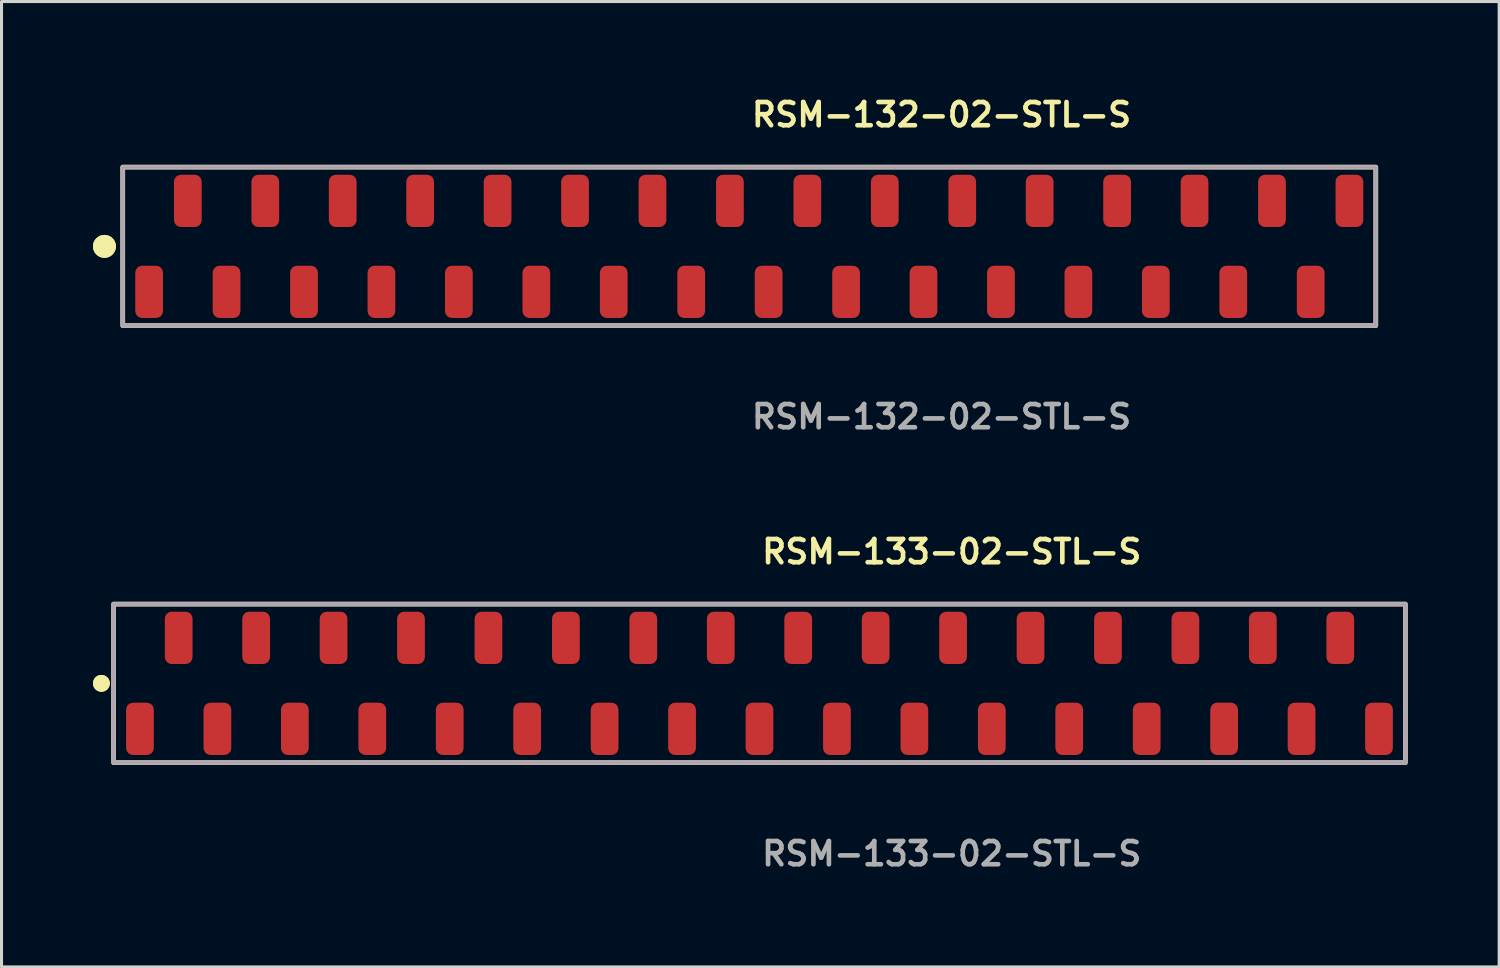
<source format=kicad_pcb>
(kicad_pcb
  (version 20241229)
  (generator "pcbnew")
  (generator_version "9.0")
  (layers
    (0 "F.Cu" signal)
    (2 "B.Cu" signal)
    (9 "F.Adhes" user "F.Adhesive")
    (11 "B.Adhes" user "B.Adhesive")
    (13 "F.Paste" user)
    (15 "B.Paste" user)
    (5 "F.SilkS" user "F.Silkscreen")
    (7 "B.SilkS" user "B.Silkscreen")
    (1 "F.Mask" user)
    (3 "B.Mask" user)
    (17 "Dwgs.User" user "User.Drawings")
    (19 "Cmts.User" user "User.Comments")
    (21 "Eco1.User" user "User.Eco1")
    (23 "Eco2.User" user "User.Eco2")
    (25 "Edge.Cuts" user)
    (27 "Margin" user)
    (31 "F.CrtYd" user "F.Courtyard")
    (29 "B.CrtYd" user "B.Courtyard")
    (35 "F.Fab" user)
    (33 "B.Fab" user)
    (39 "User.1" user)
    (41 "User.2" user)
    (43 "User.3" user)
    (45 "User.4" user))
  (footprint "RSM-133-02-STL-S"
    (layer "F.Cu")
    (at 21.861 19.364)
    (property "Reference" "RSM-133-02-STL-S" (at 0 -4.318 0) (unlocked yes) (layer "F.SilkS") (effects (font (size 0.762 0.762) (thickness 0.152)) (justify left)))
    (fp_rect (start -21.185 2.6) (end 21.185 -2.6) (stroke (width 0.152) (type solid)) (fill no) (layer "F.SilkS"))
    (fp_circle (center -21.585 0) (end -21.785 0) (stroke (width 0.152) (type solid)) (fill yes) (layer "F.SilkS"))
    (fp_circle (center -21.585 0) (end -21.785 0) (stroke (width 0.152) (type solid)) (fill yes) (layer "F.SilkS"))
    (fp_rect (start -21.185 2.6) (end 21.185 -2.6) (stroke (width 0.006) (type solid)) (fill no) (layer "F.CrtYd"))
    (fp_rect (start -21.185 2.6) (end 21.185 -2.6) (stroke (width 0.152) (type solid)) (fill no) (layer "F.Fab"))
    (fp_text user "${REFERENCE}" (at 0 5.588 0) (unlocked yes) (layer "F.Fab") (effects (font (size 0.762 0.762) (thickness 0.152)) (justify left)))
    (pad "1" smd roundrect (at -20.32 1.492) (size 0.91 1.715) (layers "F.Cu" "F.Paste") (roundrect_rratio 0.25))
    (pad "2" smd roundrect (at -19.05 -1.492) (size 0.91 1.715) (layers "F.Cu" "F.Paste") (roundrect_rratio 0.25))
    (pad "3" smd roundrect (at -17.78 1.492) (size 0.91 1.715) (layers "F.Cu" "F.Paste") (roundrect_rratio 0.25))
    (pad "4" smd roundrect (at -16.51 -1.492) (size 0.91 1.715) (layers "F.Cu" "F.Paste") (roundrect_rratio 0.25))
    (pad "5" smd roundrect (at -15.24 1.492) (size 0.91 1.715) (layers "F.Cu" "F.Paste") (roundrect_rratio 0.25))
    (pad "6" smd roundrect (at -13.97 -1.492) (size 0.91 1.715) (layers "F.Cu" "F.Paste") (roundrect_rratio 0.25))
    (pad "7" smd roundrect (at -12.7 1.492) (size 0.91 1.715) (layers "F.Cu" "F.Paste") (roundrect_rratio 0.25))
    (pad "8" smd roundrect (at -11.43 -1.492) (size 0.91 1.715) (layers "F.Cu" "F.Paste") (roundrect_rratio 0.25))
    (pad "9" smd roundrect (at -10.16 1.492) (size 0.91 1.715) (layers "F.Cu" "F.Paste") (roundrect_rratio 0.25))
    (pad "10" smd roundrect (at -8.89 -1.492) (size 0.91 1.715) (layers "F.Cu" "F.Paste") (roundrect_rratio 0.25))
    (pad "11" smd roundrect (at -7.62 1.492) (size 0.91 1.715) (layers "F.Cu" "F.Paste") (roundrect_rratio 0.25))
    (pad "12" smd roundrect (at -6.35 -1.492) (size 0.91 1.715) (layers "F.Cu" "F.Paste") (roundrect_rratio 0.25))
    (pad "13" smd roundrect (at -5.08 1.492) (size 0.91 1.715) (layers "F.Cu" "F.Paste") (roundrect_rratio 0.25))
    (pad "14" smd roundrect (at -3.81 -1.492) (size 0.91 1.715) (layers "F.Cu" "F.Paste") (roundrect_rratio 0.25))
    (pad "15" smd roundrect (at -2.54 1.492) (size 0.91 1.715) (layers "F.Cu" "F.Paste") (roundrect_rratio 0.25))
    (pad "16" smd roundrect (at -1.27 -1.492) (size 0.91 1.715) (layers "F.Cu" "F.Paste") (roundrect_rratio 0.25))
    (pad "17" smd roundrect (at 0 1.492) (size 0.91 1.715) (layers "F.Cu" "F.Paste") (roundrect_rratio 0.25))
    (pad "18" smd roundrect (at 1.27 -1.492) (size 0.91 1.715) (layers "F.Cu" "F.Paste") (roundrect_rratio 0.25))
    (pad "19" smd roundrect (at 2.54 1.492) (size 0.91 1.715) (layers "F.Cu" "F.Paste") (roundrect_rratio 0.25))
    (pad "20" smd roundrect (at 3.81 -1.492) (size 0.91 1.715) (layers "F.Cu" "F.Paste") (roundrect_rratio 0.25))
    (pad "21" smd roundrect (at 5.08 1.492) (size 0.91 1.715) (layers "F.Cu" "F.Paste") (roundrect_rratio 0.25))
    (pad "22" smd roundrect (at 6.35 -1.492) (size 0.91 1.715) (layers "F.Cu" "F.Paste") (roundrect_rratio 0.25))
    (pad "23" smd roundrect (at 7.62 1.492) (size 0.91 1.715) (layers "F.Cu" "F.Paste") (roundrect_rratio 0.25))
    (pad "24" smd roundrect (at 8.89 -1.492) (size 0.91 1.715) (layers "F.Cu" "F.Paste") (roundrect_rratio 0.25))
    (pad "25" smd roundrect (at 10.16 1.492) (size 0.91 1.715) (layers "F.Cu" "F.Paste") (roundrect_rratio 0.25))
    (pad "26" smd roundrect (at 11.43 -1.492) (size 0.91 1.715) (layers "F.Cu" "F.Paste") (roundrect_rratio 0.25))
    (pad "27" smd roundrect (at 12.7 1.492) (size 0.91 1.715) (layers "F.Cu" "F.Paste") (roundrect_rratio 0.25))
    (pad "28" smd roundrect (at 13.97 -1.492) (size 0.91 1.715) (layers "F.Cu" "F.Paste") (roundrect_rratio 0.25))
    (pad "29" smd roundrect (at 15.24 1.492) (size 0.91 1.715) (layers "F.Cu" "F.Paste") (roundrect_rratio 0.25))
    (pad "30" smd roundrect (at 16.51 -1.492) (size 0.91 1.715) (layers "F.Cu" "F.Paste") (roundrect_rratio 0.25))
    (pad "31" smd roundrect (at 17.78 1.492) (size 0.91 1.715) (layers "F.Cu" "F.Paste") (roundrect_rratio 0.25))
    (pad "32" smd roundrect (at 19.05 -1.492) (size 0.91 1.715) (layers "F.Cu" "F.Paste") (roundrect_rratio 0.25))
    (pad "33" smd roundrect (at 20.32 1.492) (size 0.91 1.715) (layers "F.Cu" "F.Paste") (roundrect_rratio 0.25)))
  (footprint "RSM-132-02-STL-S"
    (layer "F.Cu")
    (at 21.526 5.031)
    (property "Reference" "RSM-132-02-STL-S" (at 0 -4.318 0) (unlocked yes) (layer "F.SilkS") (effects (font (size 0.762 0.762) (thickness 0.152)) (justify left)))
    (fp_rect (start -20.55 2.6) (end 20.55 -2.6) (stroke (width 0.152) (type solid)) (fill no) (layer "F.SilkS"))
    (fp_circle (center -21.15 0) (end -21.45 0) (stroke (width 0.152) (type solid)) (fill yes) (layer "F.SilkS"))
    (fp_circle (center -21.15 0) (end -21.45 0) (stroke (width 0.152) (type solid)) (fill yes) (layer "F.SilkS"))
    (fp_rect (start -20.55 2.6) (end 20.55 -2.6) (stroke (width 0.006) (type solid)) (fill no) (layer "F.CrtYd"))
    (fp_rect (start -20.55 2.6) (end 20.55 -2.6) (stroke (width 0.152) (type solid)) (fill no) (layer "F.Fab"))
    (fp_text user "${REFERENCE}" (at 0 5.588 0) (unlocked yes) (layer "F.Fab") (effects (font (size 0.762 0.762) (thickness 0.152)) (justify left)))
    (pad "1" smd roundrect (at -19.685 1.492) (size 0.91 1.715) (layers "F.Cu" "F.Paste") (roundrect_rratio 0.25))
    (pad "2" smd roundrect (at -18.415 -1.492) (size 0.91 1.715) (layers "F.Cu" "F.Paste") (roundrect_rratio 0.25))
    (pad "3" smd roundrect (at -17.145 1.492) (size 0.91 1.715) (layers "F.Cu" "F.Paste") (roundrect_rratio 0.25))
    (pad "4" smd roundrect (at -15.875 -1.492) (size 0.91 1.715) (layers "F.Cu" "F.Paste") (roundrect_rratio 0.25))
    (pad "5" smd roundrect (at -14.605 1.492) (size 0.91 1.715) (layers "F.Cu" "F.Paste") (roundrect_rratio 0.25))
    (pad "6" smd roundrect (at -13.335 -1.492) (size 0.91 1.715) (layers "F.Cu" "F.Paste") (roundrect_rratio 0.25))
    (pad "7" smd roundrect (at -12.065 1.492) (size 0.91 1.715) (layers "F.Cu" "F.Paste") (roundrect_rratio 0.25))
    (pad "8" smd roundrect (at -10.795 -1.492) (size 0.91 1.715) (layers "F.Cu" "F.Paste") (roundrect_rratio 0.25))
    (pad "9" smd roundrect (at -9.525 1.492) (size 0.91 1.715) (layers "F.Cu" "F.Paste") (roundrect_rratio 0.25))
    (pad "10" smd roundrect (at -8.255 -1.492) (size 0.91 1.715) (layers "F.Cu" "F.Paste") (roundrect_rratio 0.25))
    (pad "11" smd roundrect (at -6.985 1.492) (size 0.91 1.715) (layers "F.Cu" "F.Paste") (roundrect_rratio 0.25))
    (pad "12" smd roundrect (at -5.715 -1.492) (size 0.91 1.715) (layers "F.Cu" "F.Paste") (roundrect_rratio 0.25))
    (pad "13" smd roundrect (at -4.445 1.492) (size 0.91 1.715) (layers "F.Cu" "F.Paste") (roundrect_rratio 0.25))
    (pad "14" smd roundrect (at -3.175 -1.492) (size 0.91 1.715) (layers "F.Cu" "F.Paste") (roundrect_rratio 0.25))
    (pad "15" smd roundrect (at -1.905 1.492) (size 0.91 1.715) (layers "F.Cu" "F.Paste") (roundrect_rratio 0.25))
    (pad "16" smd roundrect (at -0.635 -1.492) (size 0.91 1.715) (layers "F.Cu" "F.Paste") (roundrect_rratio 0.25))
    (pad "17" smd roundrect (at 0.635 1.492) (size 0.91 1.715) (layers "F.Cu" "F.Paste") (roundrect_rratio 0.25))
    (pad "18" smd roundrect (at 1.905 -1.492) (size 0.91 1.715) (layers "F.Cu" "F.Paste") (roundrect_rratio 0.25))
    (pad "19" smd roundrect (at 3.175 1.492) (size 0.91 1.715) (layers "F.Cu" "F.Paste") (roundrect_rratio 0.25))
    (pad "20" smd roundrect (at 4.445 -1.492) (size 0.91 1.715) (layers "F.Cu" "F.Paste") (roundrect_rratio 0.25))
    (pad "21" smd roundrect (at 5.715 1.492) (size 0.91 1.715) (layers "F.Cu" "F.Paste") (roundrect_rratio 0.25))
    (pad "22" smd roundrect (at 6.985 -1.492) (size 0.91 1.715) (layers "F.Cu" "F.Paste") (roundrect_rratio 0.25))
    (pad "23" smd roundrect (at 8.255 1.492) (size 0.91 1.715) (layers "F.Cu" "F.Paste") (roundrect_rratio 0.25))
    (pad "24" smd roundrect (at 9.525 -1.492) (size 0.91 1.715) (layers "F.Cu" "F.Paste") (roundrect_rratio 0.25))
    (pad "25" smd roundrect (at 10.795 1.492) (size 0.91 1.715) (layers "F.Cu" "F.Paste") (roundrect_rratio 0.25))
    (pad "26" smd roundrect (at 12.065 -1.492) (size 0.91 1.715) (layers "F.Cu" "F.Paste") (roundrect_rratio 0.25))
    (pad "27" smd roundrect (at 13.335 1.492) (size 0.91 1.715) (layers "F.Cu" "F.Paste") (roundrect_rratio 0.25))
    (pad "28" smd roundrect (at 14.605 -1.492) (size 0.91 1.715) (layers "F.Cu" "F.Paste") (roundrect_rratio 0.25))
    (pad "29" smd roundrect (at 15.875 1.492) (size 0.91 1.715) (layers "F.Cu" "F.Paste") (roundrect_rratio 0.25))
    (pad "30" smd roundrect (at 17.145 -1.492) (size 0.91 1.715) (layers "F.Cu" "F.Paste") (roundrect_rratio 0.25))
    (pad "31" smd roundrect (at 18.415 1.492) (size 0.91 1.715) (layers "F.Cu" "F.Paste") (roundrect_rratio 0.25))
    (pad "32" smd roundrect (at 19.685 -1.492) (size 0.91 1.715) (layers "F.Cu" "F.Paste") (roundrect_rratio 0.25)))
  (gr_rect
    (start -3 -3)
    (end 46.122 28.665)
    (stroke (width 0.1) (type default))
    (fill no)
    (layer "Edge.Cuts")))
</source>
